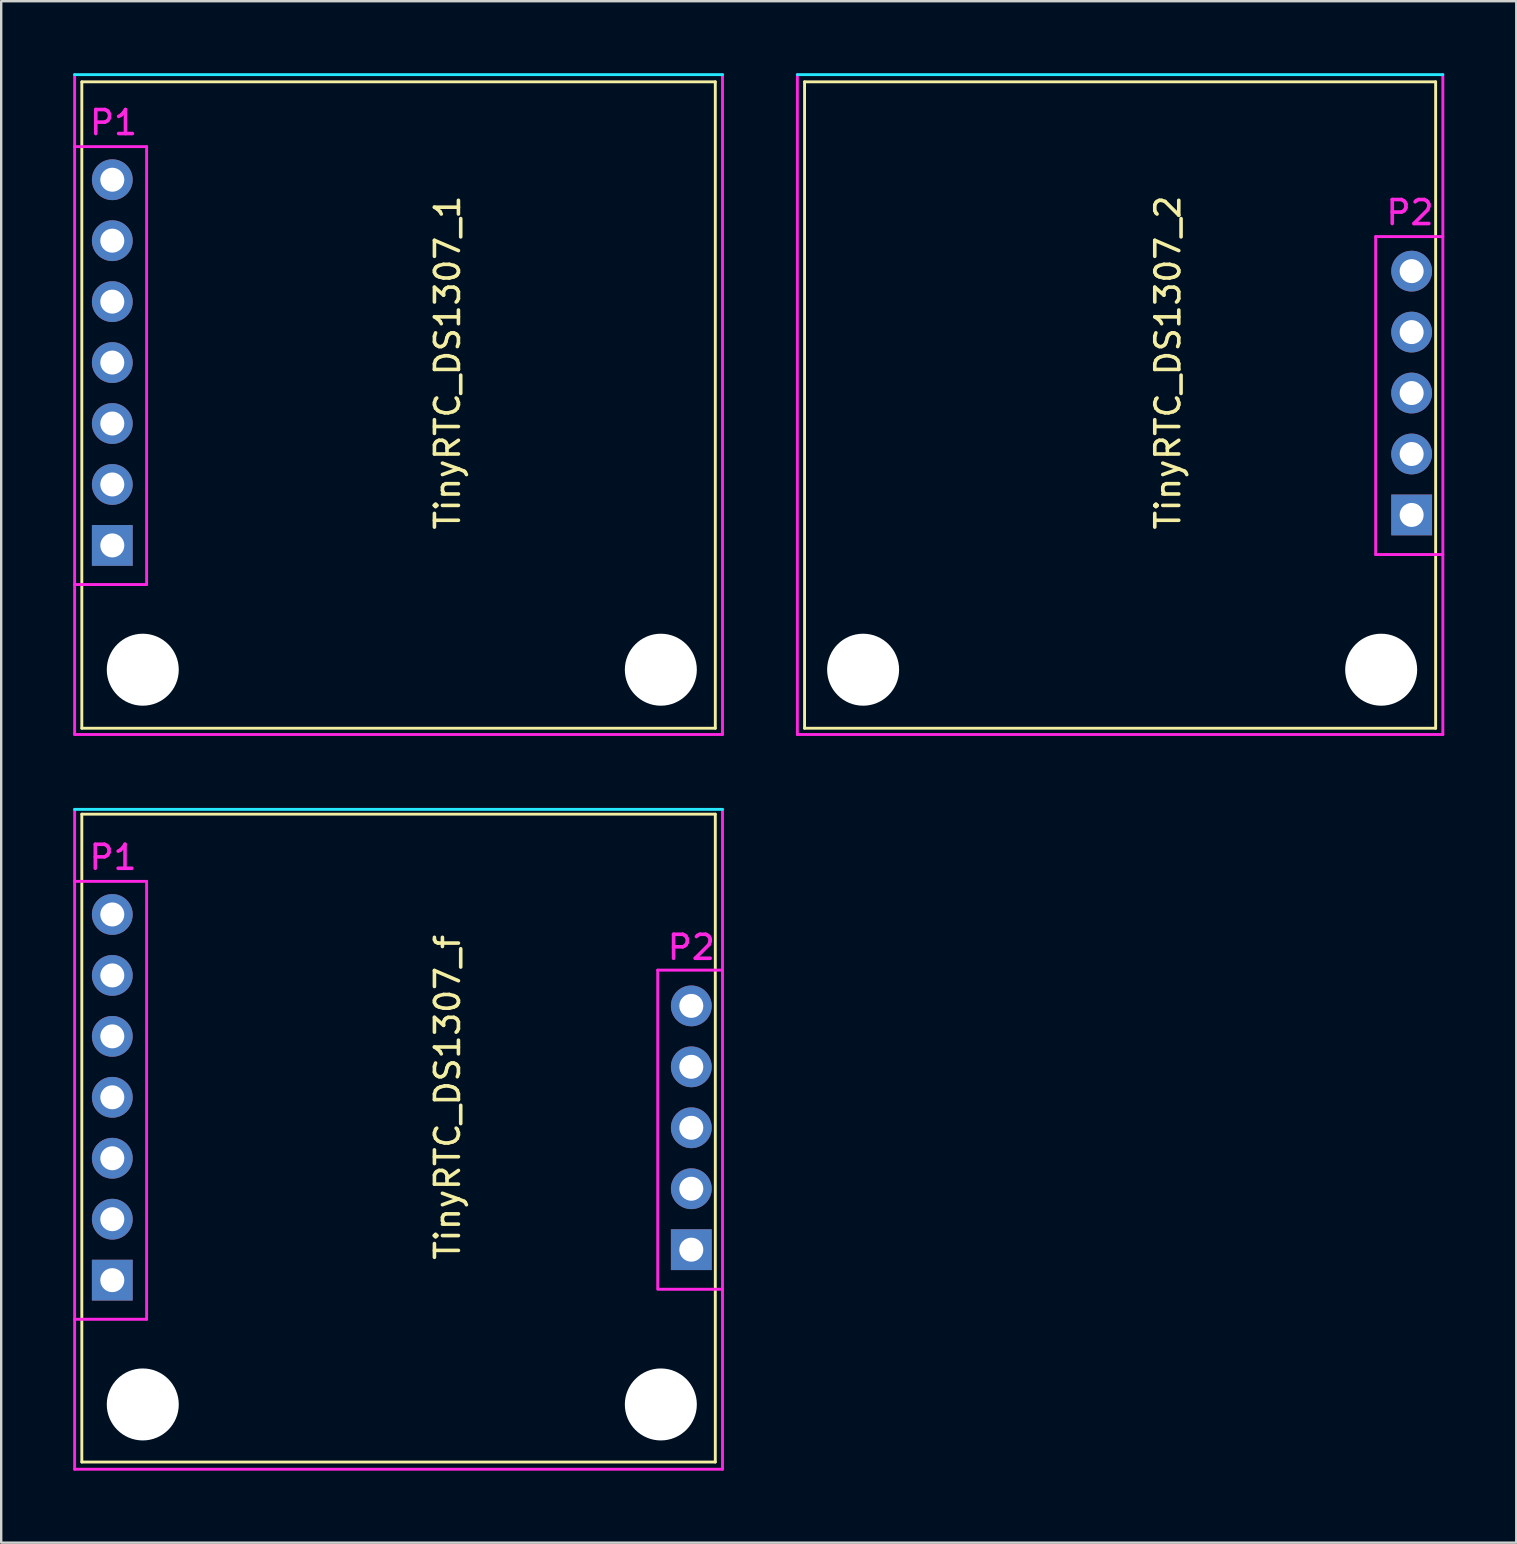
<source format=kicad_pcb>
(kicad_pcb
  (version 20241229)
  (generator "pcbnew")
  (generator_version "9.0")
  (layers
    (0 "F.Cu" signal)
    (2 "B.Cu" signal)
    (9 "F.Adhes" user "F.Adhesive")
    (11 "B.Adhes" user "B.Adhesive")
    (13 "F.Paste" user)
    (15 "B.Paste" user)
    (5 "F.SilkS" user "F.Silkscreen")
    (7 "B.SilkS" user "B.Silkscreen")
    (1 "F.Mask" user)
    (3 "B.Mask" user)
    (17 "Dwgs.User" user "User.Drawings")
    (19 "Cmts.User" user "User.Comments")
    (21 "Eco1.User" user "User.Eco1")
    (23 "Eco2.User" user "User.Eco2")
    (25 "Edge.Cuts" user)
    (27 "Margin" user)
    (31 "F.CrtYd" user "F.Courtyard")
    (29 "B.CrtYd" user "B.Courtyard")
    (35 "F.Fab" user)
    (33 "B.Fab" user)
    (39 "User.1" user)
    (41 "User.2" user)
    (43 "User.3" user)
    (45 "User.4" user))
  (footprint "TinyRTC_DS1307_1"
    (layer "F.Cu")
    (at 13.06 12.06)
    (property "Reference" "TinyRTC_DS1307_1" (at 2.54 0 90) (layer "F.SilkS") (effects (font (size 1 1) (thickness 0.15))))
    (attr through_hole)
    (fp_line (start -12.7 -11.7) (end -12.7 15.24) (stroke (width 0.12) (type solid)) (layer "F.SilkS"))
    (fp_line (start -12.7 15.24) (end 13.7 15.24) (stroke (width 0.12) (type solid)) (layer "F.SilkS"))
    (fp_line (start 13.7 -11.7) (end -12.7 -11.7) (stroke (width 0.12) (type solid)) (layer "F.SilkS"))
    (fp_line (start 13.7 15.24) (end 13.7 -11.7) (stroke (width 0.12) (type solid)) (layer "F.SilkS"))
    (fp_line (start 14 -12) (end -13 -12) (stroke (width 0.12) (type solid)) (layer "B.CrtYd"))
    (fp_line (start -13 -12) (end -13 15.5) (stroke (width 0.12) (type solid)) (layer "F.CrtYd"))
    (fp_line (start -13 9.25) (end -10 9.25) (stroke (width 0.12) (type solid)) (layer "F.CrtYd"))
    (fp_line (start -13 15.5) (end 14 15.5) (stroke (width 0.12) (type solid)) (layer "F.CrtYd"))
    (fp_line (start -10 -9) (end -13 -9) (stroke (width 0.12) (type solid)) (layer "F.CrtYd"))
    (fp_line (start -10 -9) (end -10 9.25) (stroke (width 0.12) (type solid)) (layer "F.CrtYd"))
    (fp_line (start 14 15.5) (end 14 -12) (stroke (width 0.12) (type solid)) (layer "F.CrtYd"))
    (fp_text user "P1" (at -11.38 -10 0) (layer "F.CrtYd") (effects (font (size 1 1) (thickness 0.15))))
    (pad "" np_thru_hole circle (at -10.16 12.8) (size 3 3) (drill 3) (layers "*.Cu" "*.Mask"))
    (pad "" np_thru_hole circle (at 11.43 12.8) (size 3 3) (drill 3) (layers "*.Cu" "*.Mask"))
    (pad "BAT" thru_hole rect (at -11.43 7.62) (size 1.7 1.7) (drill 1) (layers "*.Cu" "*.Mask"))
    (pad "DS" thru_hole circle (at -11.43 -5.08) (size 1.7 1.7) (drill 1) (layers "*.Cu" "*.Mask"))
    (pad "GND" thru_hole circle (at -11.43 5.08) (size 1.7 1.7) (drill 1) (layers "*.Cu" "*.Mask"))
    (pad "SCL" thru_hole circle (at -11.43 -2.54) (size 1.7 1.7) (drill 1) (layers "*.Cu" "*.Mask"))
    (pad "SDA" thru_hole circle (at -11.43 0) (size 1.7 1.7) (drill 1) (layers "*.Cu" "*.Mask"))
    (pad "SQ" thru_hole circle (at -11.43 -7.62) (size 1.7 1.7) (drill 1) (layers "*.Cu" "*.Mask"))
    (pad "VCC" thru_hole circle (at -11.43 2.54) (size 1.7 1.7) (drill 1) (layers "*.Cu" "*.Mask")))
  (footprint "TinyRTC_DS1307_f"
    (layer "F.Cu")
    (at 13.06 42.68)
    (property "Reference" "TinyRTC_DS1307_f" (at 2.54 0 90) (layer "F.SilkS") (effects (font (size 1 1) (thickness 0.15))))
    (attr through_hole)
    (fp_line (start -12.7 -11.8) (end -12.7 15.2) (stroke (width 0.12) (type solid)) (layer "F.SilkS"))
    (fp_line (start -12.7 15.2) (end 13.7 15.2) (stroke (width 0.12) (type solid)) (layer "F.SilkS"))
    (fp_line (start 13.7 -11.8) (end -12.7 -11.8) (stroke (width 0.12) (type solid)) (layer "F.SilkS"))
    (fp_line (start 13.7 15.2) (end 13.7 -11.8) (stroke (width 0.12) (type solid)) (layer "F.SilkS"))
    (fp_line (start 14 -12) (end -13 -12) (stroke (width 0.12) (type solid)) (layer "B.CrtYd"))
    (fp_line (start -13 -12) (end -13 15.5) (stroke (width 0.12) (type solid)) (layer "F.CrtYd"))
    (fp_line (start -13 9.25) (end -10 9.25) (stroke (width 0.12) (type solid)) (layer "F.CrtYd"))
    (fp_line (start -13 15.5) (end 14 15.5) (stroke (width 0.12) (type solid)) (layer "F.CrtYd"))
    (fp_line (start -10 -9) (end -13 -9) (stroke (width 0.12) (type solid)) (layer "F.CrtYd"))
    (fp_line (start -10 -9) (end -10 9.25) (stroke (width 0.12) (type solid)) (layer "F.CrtYd"))
    (fp_line (start 11.3 7.95) (end 11.3 -5.3) (stroke (width 0.12) (type solid)) (layer "F.CrtYd"))
    (fp_line (start 11.3 8) (end 14 8) (stroke (width 0.12) (type solid)) (layer "F.CrtYd"))
    (fp_line (start 14 -5.3) (end 11.3 -5.3) (stroke (width 0.12) (type solid)) (layer "F.CrtYd"))
    (fp_line (start 14 15.5) (end 14 -12) (stroke (width 0.12) (type solid)) (layer "F.CrtYd"))
    (fp_text user "P1" (at -11.4 -10 0) (layer "F.CrtYd") (effects (font (size 1 1) (thickness 0.15))))
    (fp_text user "P2" (at 12.7 -6.25 0) (layer "F.CrtYd") (effects (font (size 1 1) (thickness 0.15))))
    (pad "" np_thru_hole circle (at -10.16 12.8) (size 3 3) (drill 3) (layers "*.Cu" "*.Mask"))
    (pad "" np_thru_hole circle (at 11.43 12.8) (size 3 3) (drill 3) (layers "*.Cu" "*.Mask"))
    (pad "BAT" thru_hole rect (at -11.43 7.62) (size 1.7 1.7) (drill 1) (layers "*.Cu" "*.Mask"))
    (pad "DS1" thru_hole circle (at -11.43 -5.08) (size 1.7 1.7) (drill 1) (layers "*.Cu" "*.Mask"))
    (pad "DS2" thru_hole circle (at 12.7 -3.81) (size 1.7 1.7) (drill 1) (layers "*.Cu" "*.Mask"))
    (pad "GND1" thru_hole circle (at -11.43 5.08) (size 1.7 1.7) (drill 1) (layers "*.Cu" "*.Mask"))
    (pad "GND2" thru_hole rect (at 12.7 6.35) (size 1.7 1.7) (drill 1) (layers "*.Cu" "*.Mask"))
    (pad "SCL1" thru_hole circle (at -11.43 -2.54) (size 1.7 1.7) (drill 1) (layers "*.Cu" "*.Mask"))
    (pad "SCL2" thru_hole circle (at 12.7 -1.27) (size 1.7 1.7) (drill 1) (layers "*.Cu" "*.Mask"))
    (pad "SDA1" thru_hole circle (at -11.43 0) (size 1.7 1.7) (drill 1) (layers "*.Cu" "*.Mask"))
    (pad "SDA2" thru_hole circle (at 12.7 1.27) (size 1.7 1.7) (drill 1) (layers "*.Cu" "*.Mask"))
    (pad "SQ" thru_hole circle (at -11.43 -7.62) (size 1.7 1.7) (drill 1) (layers "*.Cu" "*.Mask"))
    (pad "VCC1" thru_hole circle (at -11.43 2.54) (size 1.7 1.7) (drill 1) (layers "*.Cu" "*.Mask"))
    (pad "VCC2" thru_hole circle (at 12.7 3.81) (size 1.7 1.7) (drill 1) (layers "*.Cu" "*.Mask")))
  (footprint "TinyRTC_DS1307_2"
    (layer "F.Cu")
    (at 43.08 12.06)
    (property "Reference" "TinyRTC_DS1307_2" (at 2.54 0 90) (layer "F.SilkS") (effects (font (size 1 1) (thickness 0.15))))
    (attr through_hole)
    (fp_line (start -12.6 -11.7) (end -12.6 15.24) (stroke (width 0.12) (type solid)) (layer "F.SilkS"))
    (fp_line (start -12.6 15.24) (end 13.7 15.24) (stroke (width 0.12) (type solid)) (layer "F.SilkS"))
    (fp_line (start 13.7 -11.7) (end -12.6 -11.7) (stroke (width 0.12) (type solid)) (layer "F.SilkS"))
    (fp_line (start 13.7 15.24) (end 13.7 -11.7) (stroke (width 0.12) (type solid)) (layer "F.SilkS"))
    (fp_line (start 14 -12) (end -12.9 -12) (stroke (width 0.12) (type solid)) (layer "B.CrtYd"))
    (fp_line (start -12.9 -12) (end -12.9 15.5) (stroke (width 0.12) (type solid)) (layer "F.CrtYd"))
    (fp_line (start -12.9 15.5) (end 14 15.5) (stroke (width 0.12) (type solid)) (layer "F.CrtYd"))
    (fp_line (start 11.2 8) (end 11.2 -5.25) (stroke (width 0.12) (type solid)) (layer "F.CrtYd"))
    (fp_line (start 11.2 8) (end 14 8) (stroke (width 0.12) (type solid)) (layer "F.CrtYd"))
    (fp_line (start 14 -5.25) (end 11.2 -5.25) (stroke (width 0.12) (type solid)) (layer "F.CrtYd"))
    (fp_line (start 14 15.5) (end 14 -12) (stroke (width 0.12) (type solid)) (layer "F.CrtYd"))
    (fp_text user "P2" (at 12.63 -6.25 0) (layer "F.CrtYd") (effects (font (size 1 1) (thickness 0.15))))
    (pad "" np_thru_hole circle (at -10.16 12.8) (size 3 3) (drill 3) (layers "*.Cu" "*.Mask"))
    (pad "" np_thru_hole circle (at 11.43 12.8) (size 3 3) (drill 3) (layers "*.Cu" "*.Mask"))
    (pad "DS" thru_hole circle (at 12.7 -3.81) (size 1.7 1.7) (drill 1) (layers "*.Cu" "*.Mask"))
    (pad "GND" thru_hole rect (at 12.7 6.35) (size 1.7 1.7) (drill 1) (layers "*.Cu" "*.Mask"))
    (pad "SCL" thru_hole circle (at 12.7 -1.27) (size 1.7 1.7) (drill 1) (layers "*.Cu" "*.Mask"))
    (pad "SDA" thru_hole circle (at 12.7 1.27) (size 1.7 1.7) (drill 1) (layers "*.Cu" "*.Mask"))
    (pad "VCC" thru_hole circle (at 12.7 3.81) (size 1.7 1.7) (drill 1) (layers "*.Cu" "*.Mask")))
  (gr_rect
    (start -3 -3)
    (end 60.14 61.24)
    (stroke (width 0.1) (type default))
    (fill no)
    (layer "Edge.Cuts")))
</source>
